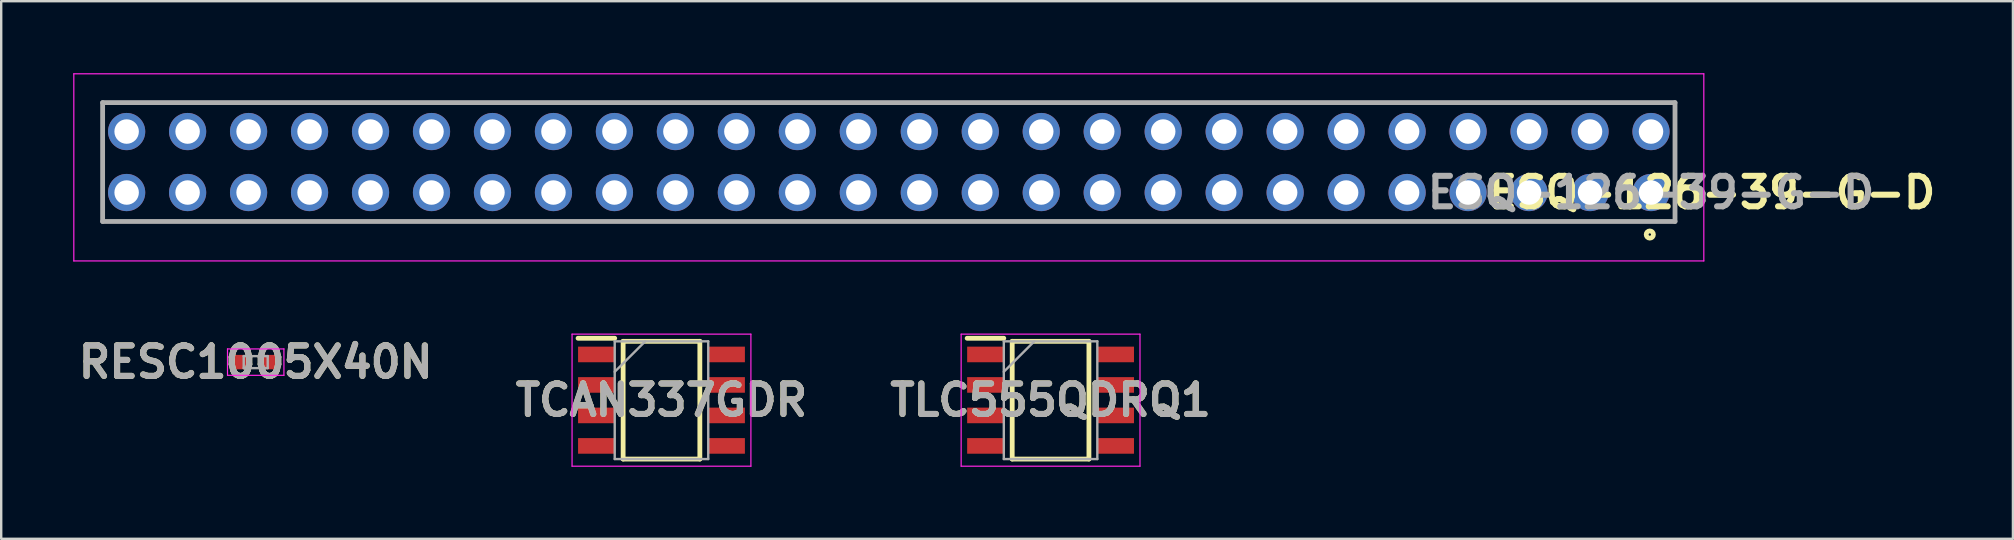
<source format=kicad_pcb>
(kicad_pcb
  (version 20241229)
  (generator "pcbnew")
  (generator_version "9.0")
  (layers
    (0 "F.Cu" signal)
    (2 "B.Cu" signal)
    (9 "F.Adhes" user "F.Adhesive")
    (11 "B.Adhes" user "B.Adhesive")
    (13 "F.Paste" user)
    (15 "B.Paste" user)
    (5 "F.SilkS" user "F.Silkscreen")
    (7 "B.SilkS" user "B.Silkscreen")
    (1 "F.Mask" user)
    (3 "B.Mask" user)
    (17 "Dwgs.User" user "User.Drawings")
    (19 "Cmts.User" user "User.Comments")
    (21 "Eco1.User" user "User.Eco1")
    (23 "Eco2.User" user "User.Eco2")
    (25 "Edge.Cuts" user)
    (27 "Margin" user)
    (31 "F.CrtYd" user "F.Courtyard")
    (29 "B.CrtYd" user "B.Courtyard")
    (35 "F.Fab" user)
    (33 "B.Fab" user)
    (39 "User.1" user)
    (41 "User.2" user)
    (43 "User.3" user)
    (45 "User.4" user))
  (footprint "TLC555QDRQ1"
    (layer "F.Cu")
    (at 40.713 13.62)
    (property "Reference" "TLC555QDRQ1" (at 0 0 0) (layer "F.SilkS") (effects (font (size 1.27 1.27) (thickness 0.254))))
    (attr smd)
    (fp_line (start -3.475 -2.58) (end -1.948 -2.58) (stroke (width 0.2) (type solid)) (layer "F.SilkS"))
    (fp_line (start -1.598 -2.452) (end 1.598 -2.452) (stroke (width 0.2) (type solid)) (layer "F.SilkS"))
    (fp_line (start -1.598 2.452) (end -1.598 -2.452) (stroke (width 0.2) (type solid)) (layer "F.SilkS"))
    (fp_line (start 1.598 -2.452) (end 1.598 2.452) (stroke (width 0.2) (type solid)) (layer "F.SilkS"))
    (fp_line (start 1.598 2.452) (end -1.598 2.452) (stroke (width 0.2) (type solid)) (layer "F.SilkS"))
    (fp_line (start -3.725 -2.75) (end 3.725 -2.75) (stroke (width 0.05) (type solid)) (layer "F.CrtYd"))
    (fp_line (start -3.725 2.75) (end -3.725 -2.75) (stroke (width 0.05) (type solid)) (layer "F.CrtYd"))
    (fp_line (start 3.725 -2.75) (end 3.725 2.75) (stroke (width 0.05) (type solid)) (layer "F.CrtYd"))
    (fp_line (start 3.725 2.75) (end -3.725 2.75) (stroke (width 0.05) (type solid)) (layer "F.CrtYd"))
    (fp_line (start -1.948 -2.452) (end 1.948 -2.452) (stroke (width 0.1) (type solid)) (layer "F.Fab"))
    (fp_line (start -1.948 -1.182) (end -0.678 -2.452) (stroke (width 0.1) (type solid)) (layer "F.Fab"))
    (fp_line (start -1.948 2.452) (end -1.948 -2.452) (stroke (width 0.1) (type solid)) (layer "F.Fab"))
    (fp_line (start 1.948 -2.452) (end 1.948 2.452) (stroke (width 0.1) (type solid)) (layer "F.Fab"))
    (fp_line (start 1.948 2.452) (end -1.948 2.452) (stroke (width 0.1) (type solid)) (layer "F.Fab"))
    (fp_text user "${REFERENCE}" (at 0 0 0) (layer "F.Fab") (effects (font (size 1.27 1.27) (thickness 0.254))))
    (pad "1" smd rect (at -2.711 -1.905 90) (size 0.65 1.528) (layers "F.Cu" "F.Mask" "F.Paste"))
    (pad "2" smd rect (at -2.711 -0.635 90) (size 0.65 1.528) (layers "F.Cu" "F.Mask" "F.Paste"))
    (pad "3" smd rect (at -2.711 0.635 90) (size 0.65 1.528) (layers "F.Cu" "F.Mask" "F.Paste"))
    (pad "4" smd rect (at -2.711 1.905 90) (size 0.65 1.528) (layers "F.Cu" "F.Mask" "F.Paste"))
    (pad "5" smd rect (at 2.711 1.905 90) (size 0.65 1.528) (layers "F.Cu" "F.Mask" "F.Paste"))
    (pad "6" smd rect (at 2.711 0.635 90) (size 0.65 1.528) (layers "F.Cu" "F.Mask" "F.Paste"))
    (pad "7" smd rect (at 2.711 -0.635 90) (size 0.65 1.528) (layers "F.Cu" "F.Mask" "F.Paste"))
    (pad "8" smd rect (at 2.711 -1.905 90) (size 0.65 1.528) (layers "F.Cu" "F.Mask" "F.Paste")))
  (footprint "TCAN337GDR"
    (layer "F.Cu")
    (at 24.505 13.62)
    (property "Reference" "TCAN337GDR" (at 0 0 0) (layer "F.SilkS") (effects (font (size 1.27 1.27) (thickness 0.254))))
    (attr smd)
    (fp_line (start -3.475 -2.58) (end -1.948 -2.58) (stroke (width 0.2) (type solid)) (layer "F.SilkS"))
    (fp_line (start -1.598 -2.452) (end 1.598 -2.452) (stroke (width 0.2) (type solid)) (layer "F.SilkS"))
    (fp_line (start -1.598 2.452) (end -1.598 -2.452) (stroke (width 0.2) (type solid)) (layer "F.SilkS"))
    (fp_line (start 1.598 -2.452) (end 1.598 2.452) (stroke (width 0.2) (type solid)) (layer "F.SilkS"))
    (fp_line (start 1.598 2.452) (end -1.598 2.452) (stroke (width 0.2) (type solid)) (layer "F.SilkS"))
    (fp_line (start -3.725 -2.75) (end 3.725 -2.75) (stroke (width 0.05) (type solid)) (layer "F.CrtYd"))
    (fp_line (start -3.725 2.75) (end -3.725 -2.75) (stroke (width 0.05) (type solid)) (layer "F.CrtYd"))
    (fp_line (start 3.725 -2.75) (end 3.725 2.75) (stroke (width 0.05) (type solid)) (layer "F.CrtYd"))
    (fp_line (start 3.725 2.75) (end -3.725 2.75) (stroke (width 0.05) (type solid)) (layer "F.CrtYd"))
    (fp_line (start -1.948 -2.452) (end 1.948 -2.452) (stroke (width 0.1) (type solid)) (layer "F.Fab"))
    (fp_line (start -1.948 -1.182) (end -0.678 -2.452) (stroke (width 0.1) (type solid)) (layer "F.Fab"))
    (fp_line (start -1.948 2.452) (end -1.948 -2.452) (stroke (width 0.1) (type solid)) (layer "F.Fab"))
    (fp_line (start 1.948 -2.452) (end 1.948 2.452) (stroke (width 0.1) (type solid)) (layer "F.Fab"))
    (fp_line (start 1.948 2.452) (end -1.948 2.452) (stroke (width 0.1) (type solid)) (layer "F.Fab"))
    (fp_text user "${REFERENCE}" (at 0 0 0) (layer "F.Fab") (effects (font (size 1.27 1.27) (thickness 0.254))))
    (pad "1" smd rect (at -2.711 -1.905 90) (size 0.65 1.528) (layers "F.Cu" "F.Mask" "F.Paste"))
    (pad "2" smd rect (at -2.711 -0.635 90) (size 0.65 1.528) (layers "F.Cu" "F.Mask" "F.Paste"))
    (pad "3" smd rect (at -2.711 0.635 90) (size 0.65 1.528) (layers "F.Cu" "F.Mask" "F.Paste"))
    (pad "4" smd rect (at -2.711 1.905 90) (size 0.65 1.528) (layers "F.Cu" "F.Mask" "F.Paste"))
    (pad "5" smd rect (at 2.711 1.905 90) (size 0.65 1.528) (layers "F.Cu" "F.Mask" "F.Paste"))
    (pad "6" smd rect (at 2.711 0.635 90) (size 0.65 1.528) (layers "F.Cu" "F.Mask" "F.Paste"))
    (pad "7" smd rect (at 2.711 -0.635 90) (size 0.65 1.528) (layers "F.Cu" "F.Mask" "F.Paste"))
    (pad "8" smd rect (at 2.711 -1.905 90) (size 0.65 1.528) (layers "F.Cu" "F.Mask" "F.Paste")))
  (footprint "RESC1005X40N"
    (layer "F.Cu")
    (at 7.602 12.034)
    (property "Reference" "RESC1005X40N" (at 0 0 0) (layer "F.SilkS") (effects (font (size 1.27 1.27) (thickness 0.254))))
    (attr smd)
    (fp_line (start -1.175 -0.55) (end 1.175 -0.55) (stroke (width 0.05) (type solid)) (layer "F.CrtYd"))
    (fp_line (start -1.175 0.55) (end -1.175 -0.55) (stroke (width 0.05) (type solid)) (layer "F.CrtYd"))
    (fp_line (start 1.175 -0.55) (end 1.175 0.55) (stroke (width 0.05) (type solid)) (layer "F.CrtYd"))
    (fp_line (start 1.175 0.55) (end -1.175 0.55) (stroke (width 0.05) (type solid)) (layer "F.CrtYd"))
    (fp_line (start -0.5 -0.25) (end 0.5 -0.25) (stroke (width 0.1) (type solid)) (layer "F.Fab"))
    (fp_line (start -0.5 0.25) (end -0.5 -0.25) (stroke (width 0.1) (type solid)) (layer "F.Fab"))
    (fp_line (start 0.5 -0.25) (end 0.5 0.25) (stroke (width 0.1) (type solid)) (layer "F.Fab"))
    (fp_line (start 0.5 0.25) (end -0.5 0.25) (stroke (width 0.1) (type solid)) (layer "F.Fab"))
    (fp_text user "${REFERENCE}" (at 0 0 0) (layer "F.Fab") (effects (font (size 1.27 1.27) (thickness 0.254))))
    (pad "1" smd rect (at -0.55 0 90) (size 0.6 0.75) (layers "F.Cu" "F.Mask" "F.Paste"))
    (pad "2" smd rect (at 0.55 0 90) (size 0.6 0.75) (layers "F.Cu" "F.Mask" "F.Paste")))
  (footprint "ESQ-126-39-G-D"
    (layer "F.Cu")
    (at 65.725 4.97)
    (property "Reference" "ESQ-126-39-G-D" (at 2.54 0 0) (layer "F.SilkS") (effects (font (size 1.27 1.27) (thickness 0.254))))
    (attr through_hole)
    (fp_line (start -64.5 -3.745) (end 1 -3.745) (stroke (width 0.1) (type solid)) (layer "F.SilkS"))
    (fp_line (start -64.5 1.205) (end -64.5 -3.745) (stroke (width 0.1) (type solid)) (layer "F.SilkS"))
    (fp_line (start 1 -3.745) (end 1 1.205) (stroke (width 0.1) (type solid)) (layer "F.SilkS"))
    (fp_line (start 1 1.205) (end -64.5 1.205) (stroke (width 0.1) (type solid)) (layer "F.SilkS"))
    (fp_circle (center -0.05 1.75) (end -0.05 1.8) (stroke (width 0.2) (type solid)) (fill no) (layer "F.SilkS"))
    (fp_line (start -65.7 -4.945) (end 2.2 -4.945) (stroke (width 0.05) (type solid)) (layer "F.CrtYd"))
    (fp_line (start -65.7 2.85) (end -65.7 -4.945) (stroke (width 0.05) (type solid)) (layer "F.CrtYd"))
    (fp_line (start 2.2 -4.945) (end 2.2 2.85) (stroke (width 0.05) (type solid)) (layer "F.CrtYd"))
    (fp_line (start 2.2 2.85) (end -65.7 2.85) (stroke (width 0.05) (type solid)) (layer "F.CrtYd"))
    (fp_line (start -64.5 -3.745) (end 1 -3.745) (stroke (width 0.2) (type solid)) (layer "F.Fab"))
    (fp_line (start -64.5 1.205) (end -64.5 -3.745) (stroke (width 0.2) (type solid)) (layer "F.Fab"))
    (fp_line (start 1 -3.745) (end 1 1.205) (stroke (width 0.2) (type solid)) (layer "F.Fab"))
    (fp_line (start 1 1.205) (end -64.5 1.205) (stroke (width 0.2) (type solid)) (layer "F.Fab"))
    (fp_text user "${REFERENCE}" (at 0 0 0) (layer "F.Fab") (effects (font (size 1.27 1.27) (thickness 0.254))))
    (pad "1" thru_hole circle (at 0 -2.54) (size 1.55 1.55) (drill 1.02) (layers "*.Cu" "*.Mask"))
    (pad "2" thru_hole circle (at 0 0) (size 1.55 1.55) (drill 1.02) (layers "*.Cu" "*.Mask"))
    (pad "3" thru_hole circle (at -2.54 -2.54) (size 1.55 1.55) (drill 1.02) (layers "*.Cu" "*.Mask"))
    (pad "4" thru_hole circle (at -2.54 0) (size 1.55 1.55) (drill 1.02) (layers "*.Cu" "*.Mask"))
    (pad "5" thru_hole circle (at -5.08 -2.54) (size 1.55 1.55) (drill 1.02) (layers "*.Cu" "*.Mask"))
    (pad "6" thru_hole circle (at -5.08 0) (size 1.55 1.55) (drill 1.02) (layers "*.Cu" "*.Mask"))
    (pad "7" thru_hole circle (at -7.62 -2.54) (size 1.55 1.55) (drill 1.02) (layers "*.Cu" "*.Mask"))
    (pad "8" thru_hole circle (at -7.62 0) (size 1.55 1.55) (drill 1.02) (layers "*.Cu" "*.Mask"))
    (pad "9" thru_hole circle (at -10.16 -2.54) (size 1.55 1.55) (drill 1.02) (layers "*.Cu" "*.Mask"))
    (pad "10" thru_hole circle (at -10.16 0) (size 1.55 1.55) (drill 1.02) (layers "*.Cu" "*.Mask"))
    (pad "11" thru_hole circle (at -12.7 -2.54) (size 1.55 1.55) (drill 1.02) (layers "*.Cu" "*.Mask"))
    (pad "12" thru_hole circle (at -12.7 0) (size 1.55 1.55) (drill 1.02) (layers "*.Cu" "*.Mask"))
    (pad "13" thru_hole circle (at -15.24 -2.54) (size 1.55 1.55) (drill 1.02) (layers "*.Cu" "*.Mask"))
    (pad "14" thru_hole circle (at -15.24 0) (size 1.55 1.55) (drill 1.02) (layers "*.Cu" "*.Mask"))
    (pad "15" thru_hole circle (at -17.78 -2.54) (size 1.55 1.55) (drill 1.02) (layers "*.Cu" "*.Mask"))
    (pad "16" thru_hole circle (at -17.78 0) (size 1.55 1.55) (drill 1.02) (layers "*.Cu" "*.Mask"))
    (pad "17" thru_hole circle (at -20.32 -2.54) (size 1.55 1.55) (drill 1.02) (layers "*.Cu" "*.Mask"))
    (pad "18" thru_hole circle (at -20.32 0) (size 1.55 1.55) (drill 1.02) (layers "*.Cu" "*.Mask"))
    (pad "19" thru_hole circle (at -22.86 -2.54) (size 1.55 1.55) (drill 1.02) (layers "*.Cu" "*.Mask"))
    (pad "20" thru_hole circle (at -22.86 0) (size 1.55 1.55) (drill 1.02) (layers "*.Cu" "*.Mask"))
    (pad "21" thru_hole circle (at -25.4 -2.54) (size 1.55 1.55) (drill 1.02) (layers "*.Cu" "*.Mask"))
    (pad "22" thru_hole circle (at -25.4 0) (size 1.55 1.55) (drill 1.02) (layers "*.Cu" "*.Mask"))
    (pad "23" thru_hole circle (at -27.94 -2.54) (size 1.55 1.55) (drill 1.02) (layers "*.Cu" "*.Mask"))
    (pad "24" thru_hole circle (at -27.94 0) (size 1.55 1.55) (drill 1.02) (layers "*.Cu" "*.Mask"))
    (pad "25" thru_hole circle (at -30.48 -2.54) (size 1.55 1.55) (drill 1.02) (layers "*.Cu" "*.Mask"))
    (pad "26" thru_hole circle (at -30.48 0) (size 1.55 1.55) (drill 1.02) (layers "*.Cu" "*.Mask"))
    (pad "27" thru_hole circle (at -33.02 -2.54) (size 1.55 1.55) (drill 1.02) (layers "*.Cu" "*.Mask"))
    (pad "28" thru_hole circle (at -33.02 0) (size 1.55 1.55) (drill 1.02) (layers "*.Cu" "*.Mask"))
    (pad "29" thru_hole circle (at -35.56 -2.54) (size 1.55 1.55) (drill 1.02) (layers "*.Cu" "*.Mask"))
    (pad "30" thru_hole circle (at -35.56 0) (size 1.55 1.55) (drill 1.02) (layers "*.Cu" "*.Mask"))
    (pad "31" thru_hole circle (at -38.1 -2.54) (size 1.55 1.55) (drill 1.02) (layers "*.Cu" "*.Mask"))
    (pad "32" thru_hole circle (at -38.1 0) (size 1.55 1.55) (drill 1.02) (layers "*.Cu" "*.Mask"))
    (pad "33" thru_hole circle (at -40.64 -2.54) (size 1.55 1.55) (drill 1.02) (layers "*.Cu" "*.Mask"))
    (pad "34" thru_hole circle (at -40.64 0) (size 1.55 1.55) (drill 1.02) (layers "*.Cu" "*.Mask"))
    (pad "35" thru_hole circle (at -43.18 -2.54) (size 1.55 1.55) (drill 1.02) (layers "*.Cu" "*.Mask"))
    (pad "36" thru_hole circle (at -43.18 0) (size 1.55 1.55) (drill 1.02) (layers "*.Cu" "*.Mask"))
    (pad "37" thru_hole circle (at -45.72 -2.54) (size 1.55 1.55) (drill 1.02) (layers "*.Cu" "*.Mask"))
    (pad "38" thru_hole circle (at -45.72 0) (size 1.55 1.55) (drill 1.02) (layers "*.Cu" "*.Mask"))
    (pad "39" thru_hole circle (at -48.26 -2.54) (size 1.55 1.55) (drill 1.02) (layers "*.Cu" "*.Mask"))
    (pad "40" thru_hole circle (at -48.26 0) (size 1.55 1.55) (drill 1.02) (layers "*.Cu" "*.Mask"))
    (pad "41" thru_hole circle (at -50.8 -2.54) (size 1.55 1.55) (drill 1.02) (layers "*.Cu" "*.Mask"))
    (pad "42" thru_hole circle (at -50.8 0) (size 1.55 1.55) (drill 1.02) (layers "*.Cu" "*.Mask"))
    (pad "43" thru_hole circle (at -53.34 -2.54) (size 1.55 1.55) (drill 1.02) (layers "*.Cu" "*.Mask"))
    (pad "44" thru_hole circle (at -53.34 0) (size 1.55 1.55) (drill 1.02) (layers "*.Cu" "*.Mask"))
    (pad "45" thru_hole circle (at -55.88 -2.54) (size 1.55 1.55) (drill 1.02) (layers "*.Cu" "*.Mask"))
    (pad "46" thru_hole circle (at -55.88 0) (size 1.55 1.55) (drill 1.02) (layers "*.Cu" "*.Mask"))
    (pad "47" thru_hole circle (at -58.42 -2.54) (size 1.55 1.55) (drill 1.02) (layers "*.Cu" "*.Mask"))
    (pad "48" thru_hole circle (at -58.42 0) (size 1.55 1.55) (drill 1.02) (layers "*.Cu" "*.Mask"))
    (pad "49" thru_hole circle (at -60.96 -2.54) (size 1.55 1.55) (drill 1.02) (layers "*.Cu" "*.Mask"))
    (pad "50" thru_hole circle (at -60.96 0) (size 1.55 1.55) (drill 1.02) (layers "*.Cu" "*.Mask"))
    (pad "51" thru_hole circle (at -63.5 -2.54) (size 1.55 1.55) (drill 1.02) (layers "*.Cu" "*.Mask"))
    (pad "52" thru_hole circle (at -63.5 0) (size 1.55 1.55) (drill 1.02) (layers "*.Cu" "*.Mask")))
  (gr_rect
    (start -3 -3)
    (end 80.802 19.395)
    (stroke (width 0.1) (type default))
    (fill no)
    (layer "Edge.Cuts")))
</source>
